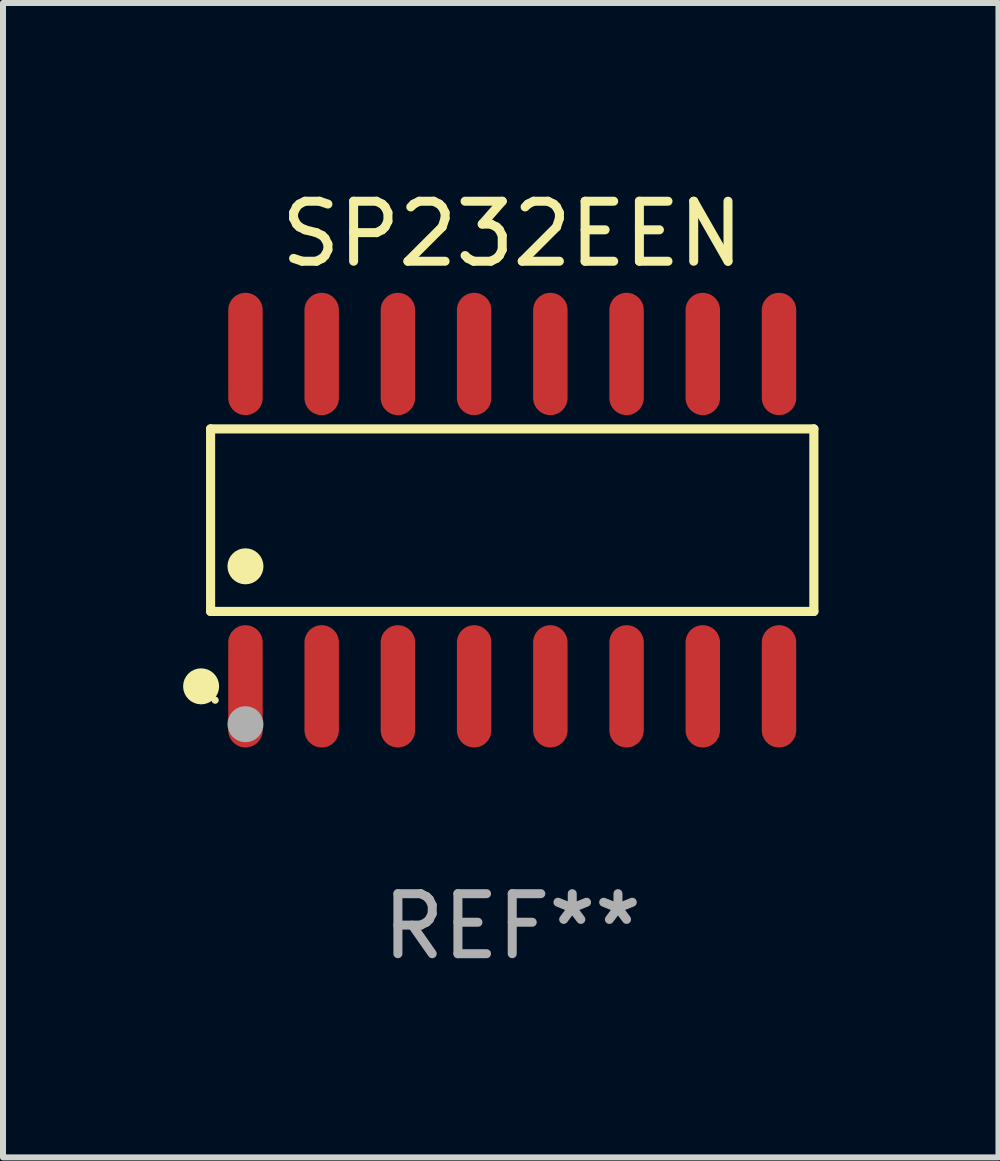
<source format=kicad_pcb>
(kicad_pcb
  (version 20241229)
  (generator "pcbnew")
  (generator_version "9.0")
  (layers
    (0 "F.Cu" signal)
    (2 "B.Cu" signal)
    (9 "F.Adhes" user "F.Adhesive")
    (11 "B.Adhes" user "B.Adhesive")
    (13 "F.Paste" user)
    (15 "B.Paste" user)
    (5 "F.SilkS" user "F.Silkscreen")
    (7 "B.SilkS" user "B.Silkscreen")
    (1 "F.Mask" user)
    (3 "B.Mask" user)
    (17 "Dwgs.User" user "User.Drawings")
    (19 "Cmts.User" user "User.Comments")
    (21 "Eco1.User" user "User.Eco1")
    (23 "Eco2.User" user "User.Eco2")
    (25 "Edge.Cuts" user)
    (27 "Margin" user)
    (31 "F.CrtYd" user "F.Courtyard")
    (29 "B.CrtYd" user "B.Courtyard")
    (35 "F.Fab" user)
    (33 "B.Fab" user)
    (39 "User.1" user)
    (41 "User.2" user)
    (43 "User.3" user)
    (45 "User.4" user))
  (footprint "SP232EEN"
    (layer "F.Cu")
    (at 5.485 5.617)
    (property "Reference" "SP232EEN" (at 0 -4.769 0) (layer "F.SilkS") (effects (font (size 1 1) (thickness 0.15))))
    (attr through_hole)
    (fp_line (start -5.026 -1.521) (end 5.026 -1.521) (stroke (width 0.152) (type solid)) (layer "F.SilkS"))
    (fp_line (start -5.026 1.521) (end -5.026 -1.521) (stroke (width 0.152) (type solid)) (layer "F.SilkS"))
    (fp_line (start 5.026 -1.521) (end 5.026 1.521) (stroke (width 0.152) (type solid)) (layer "F.SilkS"))
    (fp_line (start 5.026 1.521) (end -5.026 1.521) (stroke (width 0.152) (type solid)) (layer "F.SilkS"))
    (fp_circle (center -5.184 2.769) (end -5.034 2.769) (stroke (width 0.3) (type solid)) (fill no) (layer "F.SilkS"))
    (fp_circle (center -4.95 3) (end -4.92 3) (stroke (width 0.06) (type solid)) (fill no) (layer "F.SilkS"))
    (fp_circle (center -4.445 0.769) (end -4.295 0.769) (stroke (width 0.3) (type solid)) (fill no) (layer "F.SilkS"))
    (fp_circle (center -4.445 3.4) (end -4.295 3.4) (stroke (width 0.3) (type solid)) (fill no) (layer "F.Fab"))
    (fp_text user "REF**" (at 0 6.769 0) (layer "F.Fab") (effects (font (size 1 1) (thickness 0.15))))
    (pad "1" smd oval (at -4.445 2.769) (size 0.574 2.038) (layers "F.Cu" "F.Mask" "F.Paste"))
    (pad "2" smd oval (at -3.175 2.769) (size 0.574 2.038) (layers "F.Cu" "F.Mask" "F.Paste"))
    (pad "3" smd oval (at -1.905 2.769) (size 0.574 2.038) (layers "F.Cu" "F.Mask" "F.Paste"))
    (pad "4" smd oval (at -0.635 2.769) (size 0.574 2.038) (layers "F.Cu" "F.Mask" "F.Paste"))
    (pad "5" smd oval (at 0.635 2.769) (size 0.574 2.038) (layers "F.Cu" "F.Mask" "F.Paste"))
    (pad "6" smd oval (at 1.905 2.769) (size 0.574 2.038) (layers "F.Cu" "F.Mask" "F.Paste"))
    (pad "7" smd oval (at 3.175 2.769) (size 0.574 2.038) (layers "F.Cu" "F.Mask" "F.Paste"))
    (pad "8" smd oval (at 4.445 2.769) (size 0.574 2.038) (layers "F.Cu" "F.Mask" "F.Paste"))
    (pad "9" smd oval (at 4.445 -2.769) (size 0.574 2.038) (layers "F.Cu" "F.Mask" "F.Paste"))
    (pad "10" smd oval (at 3.175 -2.769) (size 0.574 2.038) (layers "F.Cu" "F.Mask" "F.Paste"))
    (pad "11" smd oval (at 1.905 -2.769) (size 0.574 2.038) (layers "F.Cu" "F.Mask" "F.Paste"))
    (pad "12" smd oval (at 0.635 -2.769) (size 0.574 2.038) (layers "F.Cu" "F.Mask" "F.Paste"))
    (pad "13" smd oval (at -0.635 -2.769) (size 0.574 2.038) (layers "F.Cu" "F.Mask" "F.Paste"))
    (pad "14" smd oval (at -1.905 -2.769) (size 0.574 2.038) (layers "F.Cu" "F.Mask" "F.Paste"))
    (pad "15" smd oval (at -3.175 -2.769) (size 0.574 2.038) (layers "F.Cu" "F.Mask" "F.Paste"))
    (pad "16" smd oval (at -4.445 -2.769) (size 0.574 2.038) (layers "F.Cu" "F.Mask" "F.Paste")))
  (gr_rect
    (start -3 -3)
    (end 13.587 16.235)
    (stroke (width 0.1) (type default))
    (fill no)
    (layer "Edge.Cuts")))
</source>
